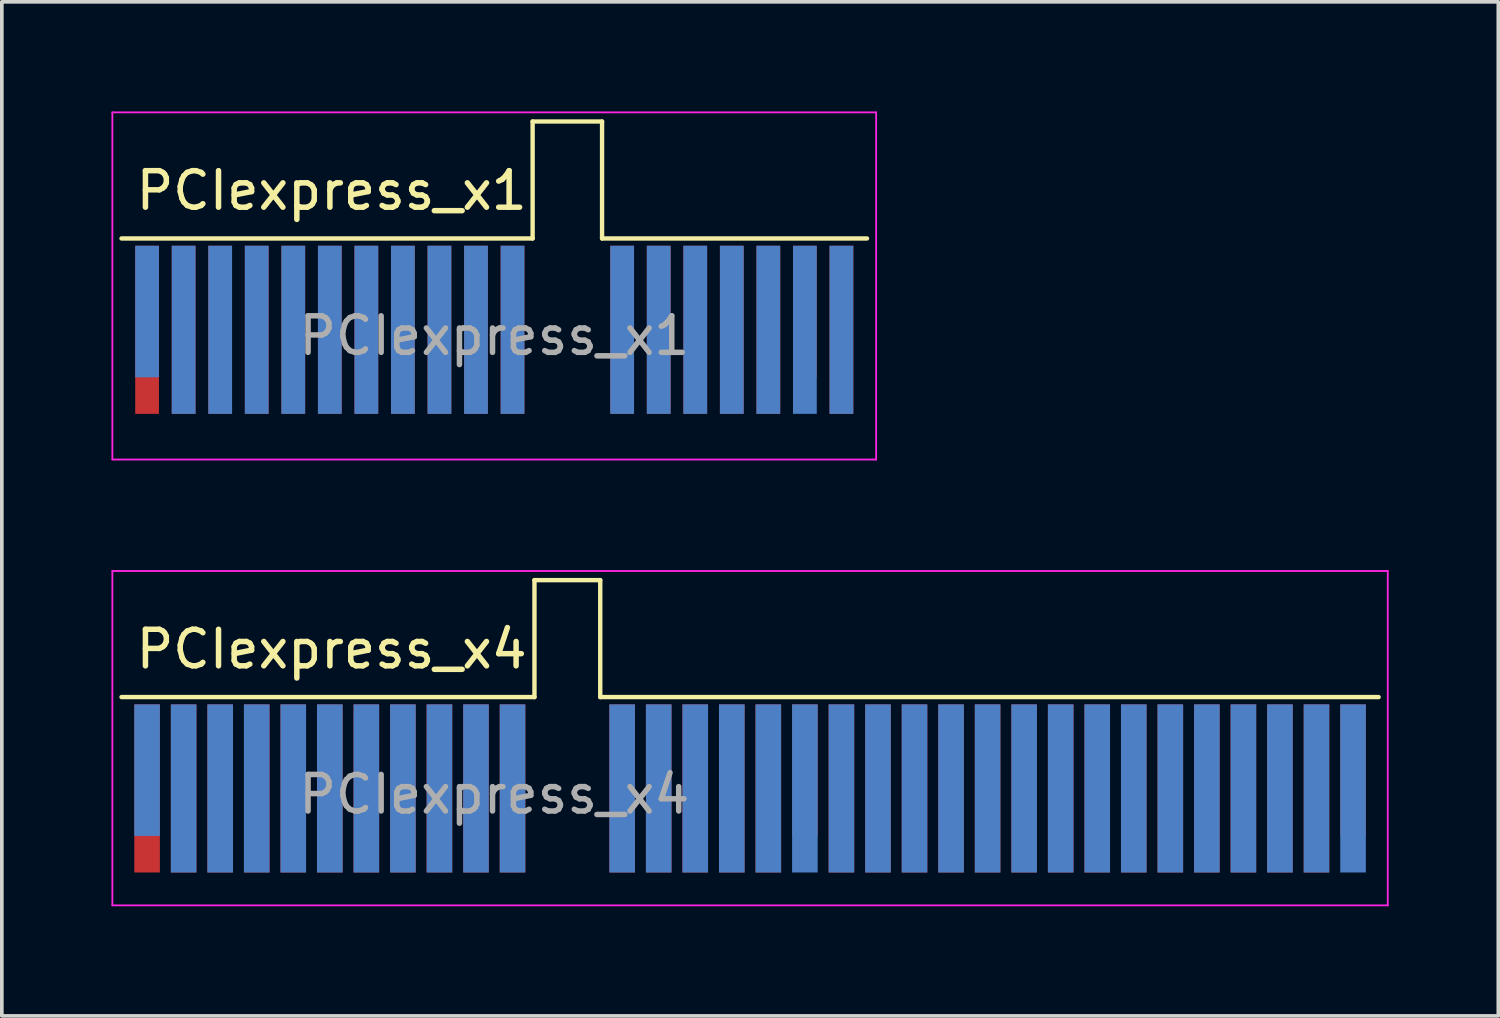
<source format=kicad_pcb>
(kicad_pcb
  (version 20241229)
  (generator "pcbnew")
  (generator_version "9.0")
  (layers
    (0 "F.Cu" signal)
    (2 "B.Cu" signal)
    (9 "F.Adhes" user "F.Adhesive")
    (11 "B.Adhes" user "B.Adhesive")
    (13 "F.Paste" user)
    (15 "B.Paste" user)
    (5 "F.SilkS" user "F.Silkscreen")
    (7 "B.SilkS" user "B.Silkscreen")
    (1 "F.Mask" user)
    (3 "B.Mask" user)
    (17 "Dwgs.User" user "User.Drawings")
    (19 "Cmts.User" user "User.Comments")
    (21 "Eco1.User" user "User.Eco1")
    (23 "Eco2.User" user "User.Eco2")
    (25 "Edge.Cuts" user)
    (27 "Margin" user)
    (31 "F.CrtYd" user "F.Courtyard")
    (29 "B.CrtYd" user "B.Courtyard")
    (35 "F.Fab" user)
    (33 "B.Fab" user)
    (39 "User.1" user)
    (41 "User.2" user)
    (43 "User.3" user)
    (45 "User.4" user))
  (footprint "PCIexpress_x4"
    (layer "F.Cu")
    (at 0.975 18.025)
    (property "Reference" "PCIexpress_x4" (at 5.05 -3.31 0) (layer "F.SilkS") (effects (font (size 1 1) (thickness 0.15))))
    (attr exclude_from_pos_files exclude_from_bom)
    (fp_line (start -0.7 -2) (end 10.6 -2) (stroke (width 0.12) (type solid)) (layer "F.SilkS"))
    (fp_line (start 10.6 -5.2) (end 12.4 -5.2) (stroke (width 0.12) (type solid)) (layer "F.SilkS"))
    (fp_line (start 10.6 -2) (end 10.6 -5.2) (stroke (width 0.12) (type solid)) (layer "F.SilkS"))
    (fp_line (start 12.4 -5.2) (end 12.4 -2) (stroke (width 0.12) (type solid)) (layer "F.SilkS"))
    (fp_line (start 33.7 -2) (end 12.4 -2) (stroke (width 0.12) (type solid)) (layer "F.SilkS"))
    (fp_line (start -0.95 -5.45) (end -0.95 3.7) (stroke (width 0.05) (type solid)) (layer "F.CrtYd"))
    (fp_line (start -0.95 -5.45) (end 33.95 -5.45) (stroke (width 0.05) (type solid)) (layer "F.CrtYd"))
    (fp_line (start 33.95 3.7) (end -0.95 3.7) (stroke (width 0.05) (type solid)) (layer "F.CrtYd"))
    (fp_line (start 33.95 3.7) (end 33.95 -5.45) (stroke (width 0.05) (type solid)) (layer "F.CrtYd"))
    (fp_text user "${REFERENCE}" (at 9.5 0.662 0) (layer "F.Fab") (effects (font (size 1 1) (thickness 0.15))))
    (pad "A1" connect rect (at 0 0) (size 0.7 3.6) (layers "B.Cu" "B.Mask"))
    (pad "A2" connect rect (at 1 0.5) (size 0.7 4.6) (layers "B.Cu" "B.Mask"))
    (pad "A3" connect rect (at 2 0.5) (size 0.7 4.6) (layers "B.Cu" "B.Mask"))
    (pad "A4" connect rect (at 3 0.5) (size 0.7 4.6) (layers "B.Cu" "B.Mask"))
    (pad "A5" connect rect (at 4 0.5) (size 0.7 4.6) (layers "B.Cu" "B.Mask"))
    (pad "A6" connect rect (at 5 0.5) (size 0.7 4.6) (layers "B.Cu" "B.Mask"))
    (pad "A7" connect rect (at 6 0.5) (size 0.7 4.6) (layers "B.Cu" "B.Mask"))
    (pad "A8" connect rect (at 7 0.5) (size 0.7 4.6) (layers "B.Cu" "B.Mask"))
    (pad "A9" connect rect (at 8 0.5) (size 0.7 4.6) (layers "B.Cu" "B.Mask"))
    (pad "A10" connect rect (at 9 0.5) (size 0.7 4.6) (layers "B.Cu" "B.Mask"))
    (pad "A11" connect rect (at 10 0.5) (size 0.7 4.6) (layers "B.Cu" "B.Mask"))
    (pad "A12" connect rect (at 13 0.5) (size 0.7 4.6) (layers "B.Cu" "B.Mask"))
    (pad "A13" connect rect (at 14 0.5) (size 0.7 4.6) (layers "B.Cu" "B.Mask"))
    (pad "A14" connect rect (at 15 0.5) (size 0.7 4.6) (layers "B.Cu" "B.Mask"))
    (pad "A15" connect rect (at 16 0.5) (size 0.7 4.6) (layers "B.Cu" "B.Mask"))
    (pad "A16" connect rect (at 17 0.5) (size 0.7 4.6) (layers "B.Cu" "B.Mask"))
    (pad "A17" connect rect (at 18 0.5) (size 0.7 4.6) (layers "B.Cu" "B.Mask"))
    (pad "A18" connect rect (at 19 0.5) (size 0.7 4.6) (layers "B.Cu" "B.Mask"))
    (pad "A19" connect rect (at 20 0.5) (size 0.7 4.6) (layers "B.Cu" "B.Mask"))
    (pad "A20" connect rect (at 21 0.5) (size 0.7 4.6) (layers "B.Cu" "B.Mask"))
    (pad "A21" connect rect (at 22 0.5) (size 0.7 4.6) (layers "B.Cu" "B.Mask"))
    (pad "A22" connect rect (at 23 0.5) (size 0.7 4.6) (layers "B.Cu" "B.Mask"))
    (pad "A23" connect rect (at 24 0.5) (size 0.7 4.6) (layers "B.Cu" "B.Mask"))
    (pad "A24" connect rect (at 25 0.5) (size 0.7 4.6) (layers "B.Cu" "B.Mask"))
    (pad "A25" connect rect (at 26 0.5) (size 0.7 4.6) (layers "B.Cu" "B.Mask"))
    (pad "A26" connect rect (at 27 0.5) (size 0.7 4.6) (layers "B.Cu" "B.Mask"))
    (pad "A27" connect rect (at 28 0.5) (size 0.7 4.6) (layers "B.Cu" "B.Mask"))
    (pad "A28" connect rect (at 29 0.5) (size 0.7 4.6) (layers "B.Cu" "B.Mask"))
    (pad "A29" connect rect (at 30 0.5) (size 0.7 4.6) (layers "B.Cu" "B.Mask"))
    (pad "A30" connect rect (at 31 0.5) (size 0.7 4.6) (layers "B.Cu" "B.Mask"))
    (pad "A31" connect rect (at 32 0.5) (size 0.7 4.6) (layers "B.Cu" "B.Mask"))
    (pad "A32" connect rect (at 33 0.5) (size 0.7 4.6) (layers "B.Cu" "B.Mask"))
    (pad "B1" connect rect (at 0 0.5) (size 0.7 4.6) (layers "F.Cu" "F.Mask"))
    (pad "B2" connect rect (at 1 0.5) (size 0.7 4.6) (layers "F.Cu" "F.Mask"))
    (pad "B3" connect rect (at 2 0.5) (size 0.7 4.6) (layers "F.Cu" "F.Mask"))
    (pad "B4" connect rect (at 3 0.5) (size 0.7 4.6) (layers "F.Cu" "F.Mask"))
    (pad "B5" connect rect (at 4 0.5) (size 0.7 4.6) (layers "F.Cu" "F.Mask"))
    (pad "B6" connect rect (at 5 0.5) (size 0.7 4.6) (layers "F.Cu" "F.Mask"))
    (pad "B7" connect rect (at 6 0.5) (size 0.7 4.6) (layers "F.Cu" "F.Mask"))
    (pad "B8" connect rect (at 7 0.5) (size 0.7 4.6) (layers "F.Cu" "F.Mask"))
    (pad "B9" connect rect (at 8 0.5) (size 0.7 4.6) (layers "F.Cu" "F.Mask"))
    (pad "B10" connect rect (at 9 0.5) (size 0.7 4.6) (layers "F.Cu" "F.Mask"))
    (pad "B11" connect rect (at 10 0.5) (size 0.7 4.6) (layers "F.Cu" "F.Mask"))
    (pad "B12" connect rect (at 13 0.5) (size 0.7 4.6) (layers "F.Cu" "F.Mask"))
    (pad "B13" connect rect (at 14 0.5) (size 0.7 4.6) (layers "F.Cu" "F.Mask"))
    (pad "B14" connect rect (at 15 0.5) (size 0.7 4.6) (layers "F.Cu" "F.Mask"))
    (pad "B15" connect rect (at 16 0.5) (size 0.7 4.6) (layers "F.Cu" "F.Mask"))
    (pad "B16" connect rect (at 17 0.5) (size 0.7 4.6) (layers "F.Cu" "F.Mask"))
    (pad "B17" connect rect (at 18 0) (size 0.7 3.6) (layers "F.Cu" "F.Mask"))
    (pad "B18" connect rect (at 19 0.5) (size 0.7 4.6) (layers "F.Cu" "F.Mask"))
    (pad "B19" connect rect (at 20 0.5) (size 0.7 4.6) (layers "F.Cu" "F.Mask"))
    (pad "B20" connect rect (at 21 0.5) (size 0.7 4.6) (layers "F.Cu" "F.Mask"))
    (pad "B21" connect rect (at 22 0.5) (size 0.7 4.6) (layers "F.Cu" "F.Mask"))
    (pad "B22" connect rect (at 23 0.5) (size 0.7 4.6) (layers "F.Cu" "F.Mask"))
    (pad "B23" connect rect (at 24 0.5) (size 0.7 4.6) (layers "F.Cu" "F.Mask"))
    (pad "B24" connect rect (at 25 0.5) (size 0.7 4.6) (layers "F.Cu" "F.Mask"))
    (pad "B25" connect rect (at 26 0.5) (size 0.7 4.6) (layers "F.Cu" "F.Mask"))
    (pad "B26" connect rect (at 27 0.5) (size 0.7 4.6) (layers "F.Cu" "F.Mask"))
    (pad "B27" connect rect (at 28 0.5) (size 0.7 4.6) (layers "F.Cu" "F.Mask"))
    (pad "B28" connect rect (at 29 0.5) (size 0.7 4.6) (layers "F.Cu" "F.Mask"))
    (pad "B29" connect rect (at 30 0.5) (size 0.7 4.6) (layers "F.Cu" "F.Mask"))
    (pad "B30" connect rect (at 31 0.5) (size 0.7 4.6) (layers "F.Cu" "F.Mask"))
    (pad "B31" connect rect (at 32 0.5) (size 0.7 4.6) (layers "F.Cu" "F.Mask"))
    (pad "B32" connect rect (at 33 0) (size 0.7 3.6) (layers "F.Cu" "F.Mask")))
  (footprint "PCIexpress_x1"
    (layer "F.Cu")
    (at 0.975 5.475)
    (property "Reference" "PCIexpress_x1" (at 5.05 -3.31 0) (layer "F.SilkS") (effects (font (size 1 1) (thickness 0.15))))
    (attr exclude_from_pos_files exclude_from_bom)
    (fp_line (start -0.7 -2) (end 10.55 -2) (stroke (width 0.12) (type solid)) (layer "F.SilkS"))
    (fp_line (start 10.55 -5.2) (end 12.45 -5.2) (stroke (width 0.12) (type solid)) (layer "F.SilkS"))
    (fp_line (start 10.55 -2) (end 10.55 -5.2) (stroke (width 0.12) (type solid)) (layer "F.SilkS"))
    (fp_line (start 12.45 -5.2) (end 12.45 -2) (stroke (width 0.12) (type solid)) (layer "F.SilkS"))
    (fp_line (start 19.7 -2) (end 12.45 -2) (stroke (width 0.12) (type solid)) (layer "F.SilkS"))
    (fp_line (start -0.95 -5.45) (end -0.95 4.05) (stroke (width 0.05) (type solid)) (layer "F.CrtYd"))
    (fp_line (start -0.95 -5.45) (end 19.95 -5.45) (stroke (width 0.05) (type solid)) (layer "F.CrtYd"))
    (fp_line (start 19.95 4.05) (end -0.95 4.05) (stroke (width 0.05) (type solid)) (layer "F.CrtYd"))
    (fp_line (start 19.95 4.05) (end 19.95 -5.45) (stroke (width 0.05) (type solid)) (layer "F.CrtYd"))
    (fp_text user "${REFERENCE}" (at 9.5 0.662 0) (layer "F.Fab") (effects (font (size 1 1) (thickness 0.15))))
    (pad "A1" connect rect (at 0 0) (size 0.65 3.6) (layers "B.Cu" "B.Mask"))
    (pad "A2" connect rect (at 1 0.5) (size 0.65 4.6) (layers "B.Cu" "B.Mask"))
    (pad "A3" connect rect (at 2 0.5) (size 0.65 4.6) (layers "B.Cu" "B.Mask"))
    (pad "A4" connect rect (at 3 0.5) (size 0.65 4.6) (layers "B.Cu" "B.Mask"))
    (pad "A5" connect rect (at 4 0.5) (size 0.65 4.6) (layers "B.Cu" "B.Mask"))
    (pad "A6" connect rect (at 5 0.5) (size 0.65 4.6) (layers "B.Cu" "B.Mask"))
    (pad "A7" connect rect (at 6 0.5) (size 0.65 4.6) (layers "B.Cu" "B.Mask"))
    (pad "A8" connect rect (at 7 0.5) (size 0.65 4.6) (layers "B.Cu" "B.Mask"))
    (pad "A9" connect rect (at 8 0.5) (size 0.65 4.6) (layers "B.Cu" "B.Mask"))
    (pad "A10" connect rect (at 9 0.5) (size 0.65 4.6) (layers "B.Cu" "B.Mask"))
    (pad "A11" connect rect (at 10 0.5) (size 0.65 4.6) (layers "B.Cu" "B.Mask"))
    (pad "A12" connect rect (at 13 0.5) (size 0.65 4.6) (layers "B.Cu" "B.Mask"))
    (pad "A13" connect rect (at 14 0.5) (size 0.65 4.6) (layers "B.Cu" "B.Mask"))
    (pad "A14" connect rect (at 15 0.5) (size 0.65 4.6) (layers "B.Cu" "B.Mask"))
    (pad "A15" connect rect (at 16 0.5) (size 0.65 4.6) (layers "B.Cu" "B.Mask"))
    (pad "A16" connect rect (at 17 0.5) (size 0.65 4.6) (layers "B.Cu" "B.Mask"))
    (pad "A17" connect rect (at 18 0.5) (size 0.65 4.6) (layers "B.Cu" "B.Mask"))
    (pad "A18" connect rect (at 19 0.5) (size 0.65 4.6) (layers "B.Cu" "B.Mask"))
    (pad "B1" connect rect (at 0 0.5) (size 0.65 4.6) (layers "F.Cu" "F.Mask"))
    (pad "B2" connect rect (at 1 0.5) (size 0.65 4.6) (layers "F.Cu" "F.Mask"))
    (pad "B3" connect rect (at 2 0.5) (size 0.65 4.6) (layers "F.Cu" "F.Mask"))
    (pad "B4" connect rect (at 3 0.5) (size 0.65 4.6) (layers "F.Cu" "F.Mask"))
    (pad "B5" connect rect (at 4 0.5) (size 0.65 4.6) (layers "F.Cu" "F.Mask"))
    (pad "B6" connect rect (at 5 0.5) (size 0.65 4.6) (layers "F.Cu" "F.Mask"))
    (pad "B7" connect rect (at 6 0.5) (size 0.65 4.6) (layers "F.Cu" "F.Mask"))
    (pad "B8" connect rect (at 7 0.5) (size 0.65 4.6) (layers "F.Cu" "F.Mask"))
    (pad "B9" connect rect (at 8 0.5) (size 0.65 4.6) (layers "F.Cu" "F.Mask"))
    (pad "B10" connect rect (at 9 0.5) (size 0.65 4.6) (layers "F.Cu" "F.Mask"))
    (pad "B11" connect rect (at 10 0.5) (size 0.65 4.6) (layers "F.Cu" "F.Mask"))
    (pad "B12" connect rect (at 13 0.5) (size 0.65 4.6) (layers "F.Cu" "F.Mask"))
    (pad "B13" connect rect (at 14 0.5) (size 0.65 4.6) (layers "F.Cu" "F.Mask"))
    (pad "B14" connect rect (at 15 0.5) (size 0.65 4.6) (layers "F.Cu" "F.Mask"))
    (pad "B15" connect rect (at 16 0.5) (size 0.65 4.6) (layers "F.Cu" "F.Mask"))
    (pad "B16" connect rect (at 17 0.5) (size 0.65 4.6) (layers "F.Cu" "F.Mask"))
    (pad "B17" connect rect (at 18 0) (size 0.65 3.6) (layers "F.Cu" "F.Mask"))
    (pad "B18" connect rect (at 19 0.5) (size 0.65 4.6) (layers "F.Cu" "F.Mask")))
  (gr_rect
    (start -3 -3)
    (end 37.95 24.75)
    (stroke (width 0.1) (type default))
    (fill no)
    (layer "Edge.Cuts")))
</source>
